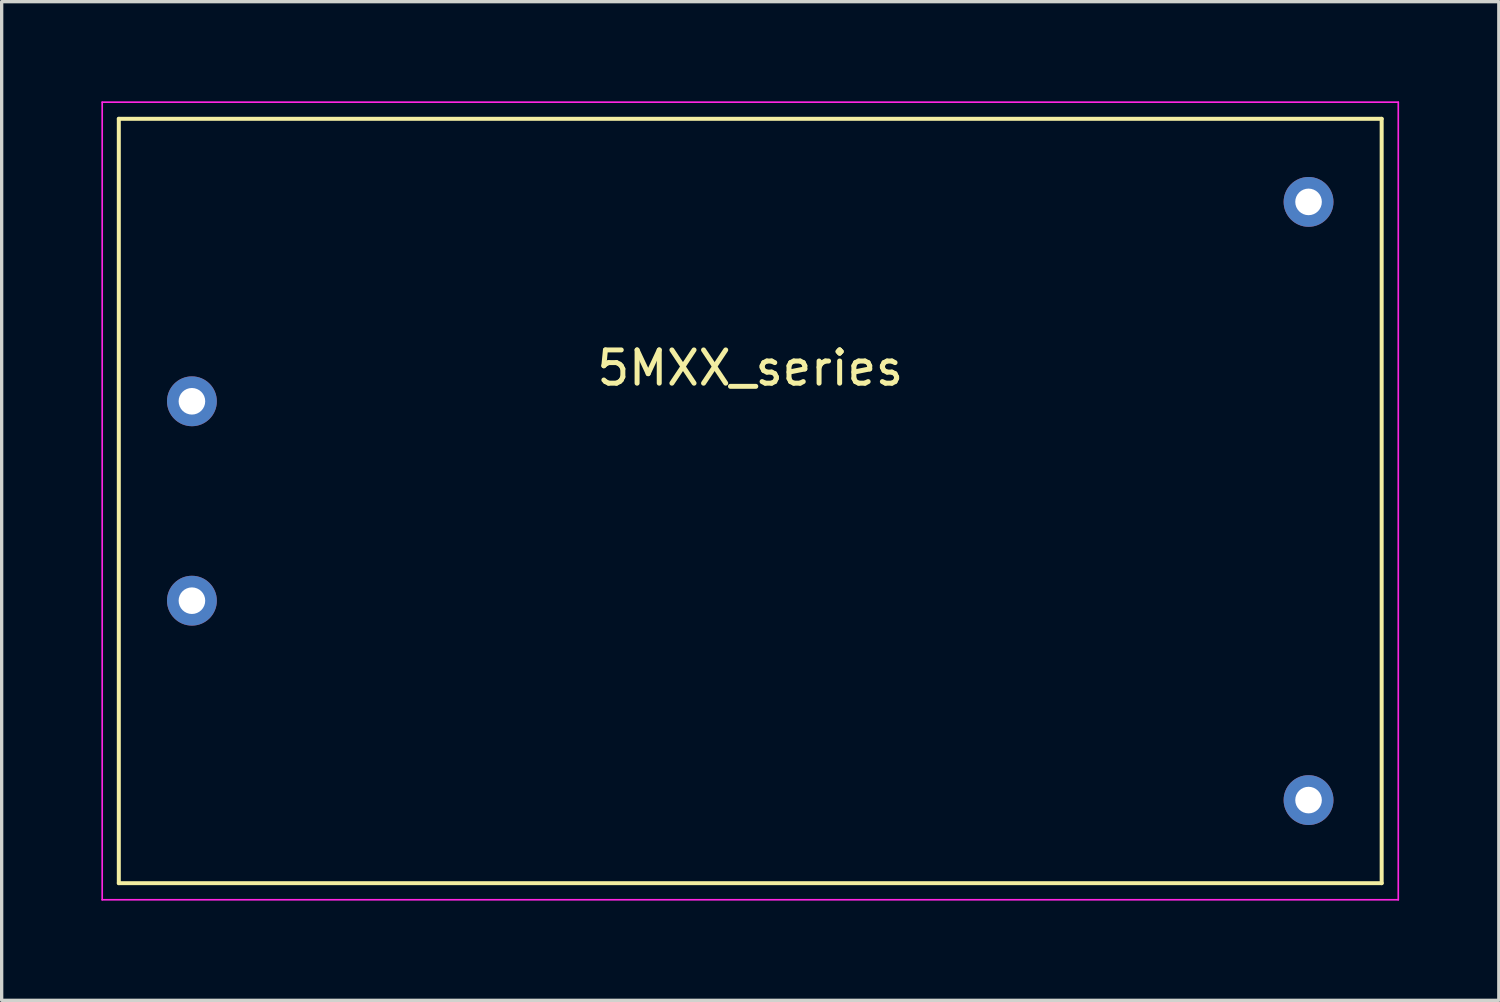
<source format=kicad_pcb>
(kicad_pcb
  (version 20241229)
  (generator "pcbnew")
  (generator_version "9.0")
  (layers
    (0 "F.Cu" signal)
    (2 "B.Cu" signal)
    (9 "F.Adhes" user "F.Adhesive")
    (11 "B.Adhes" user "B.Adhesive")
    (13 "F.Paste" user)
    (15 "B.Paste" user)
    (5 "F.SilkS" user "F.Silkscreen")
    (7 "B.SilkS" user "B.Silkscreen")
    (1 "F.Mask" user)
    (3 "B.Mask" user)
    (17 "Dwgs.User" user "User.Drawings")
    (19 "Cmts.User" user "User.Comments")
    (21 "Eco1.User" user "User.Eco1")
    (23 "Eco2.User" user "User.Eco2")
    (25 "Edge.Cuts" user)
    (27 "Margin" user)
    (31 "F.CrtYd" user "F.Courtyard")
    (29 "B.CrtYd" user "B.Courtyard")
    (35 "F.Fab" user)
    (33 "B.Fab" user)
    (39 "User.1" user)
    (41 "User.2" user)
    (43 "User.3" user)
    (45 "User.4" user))
  (footprint "5MXX_series"
    (layer "F.Cu")
    (at 19.525 12.025)
    (property "Reference" "5MXX_series" (at 0 -4 0) (unlocked yes) (layer "F.SilkS") (effects (font (size 1 1) (thickness 0.15))))
    (attr through_hole)
    (fp_line (start -19 -11.5) (end 19 -11.5) (stroke (width 0.12) (type solid)) (layer "F.SilkS"))
    (fp_line (start -19 11.5) (end -19 -11.5) (stroke (width 0.12) (type solid)) (layer "F.SilkS"))
    (fp_line (start 19 -11.5) (end 19 11.5) (stroke (width 0.12) (type solid)) (layer "F.SilkS"))
    (fp_line (start 19 11.5) (end -19 11.5) (stroke (width 0.12) (type solid)) (layer "F.SilkS"))
    (fp_line (start -19.5 -12) (end 19.5 -12) (stroke (width 0.05) (type solid)) (layer "F.CrtYd"))
    (fp_line (start -19.5 12) (end -19.5 -12) (stroke (width 0.05) (type solid)) (layer "F.CrtYd"))
    (fp_line (start 19.5 -12) (end 19.5 12) (stroke (width 0.05) (type solid)) (layer "F.CrtYd"))
    (fp_line (start 19.5 12) (end -19.5 12) (stroke (width 0.05) (type solid)) (layer "F.CrtYd"))
    (pad "1" thru_hole circle (at -16.8 -3) (size 1.5 1.5) (drill 0.8) (layers "*.Cu" "*.Mask"))
    (pad "2" thru_hole circle (at -16.8 3) (size 1.5 1.5) (drill 0.8) (layers "*.Cu" "*.Mask"))
    (pad "3" thru_hole circle (at 16.8 -9) (size 1.5 1.5) (drill 0.8) (layers "*.Cu" "*.Mask"))
    (pad "4" thru_hole circle (at 16.8 9) (size 1.5 1.5) (drill 0.8) (layers "*.Cu" "*.Mask")))
  (gr_rect
    (start -3 -3)
    (end 42.05 27.05)
    (stroke (width 0.1) (type default))
    (fill no)
    (layer "Edge.Cuts")))
</source>
